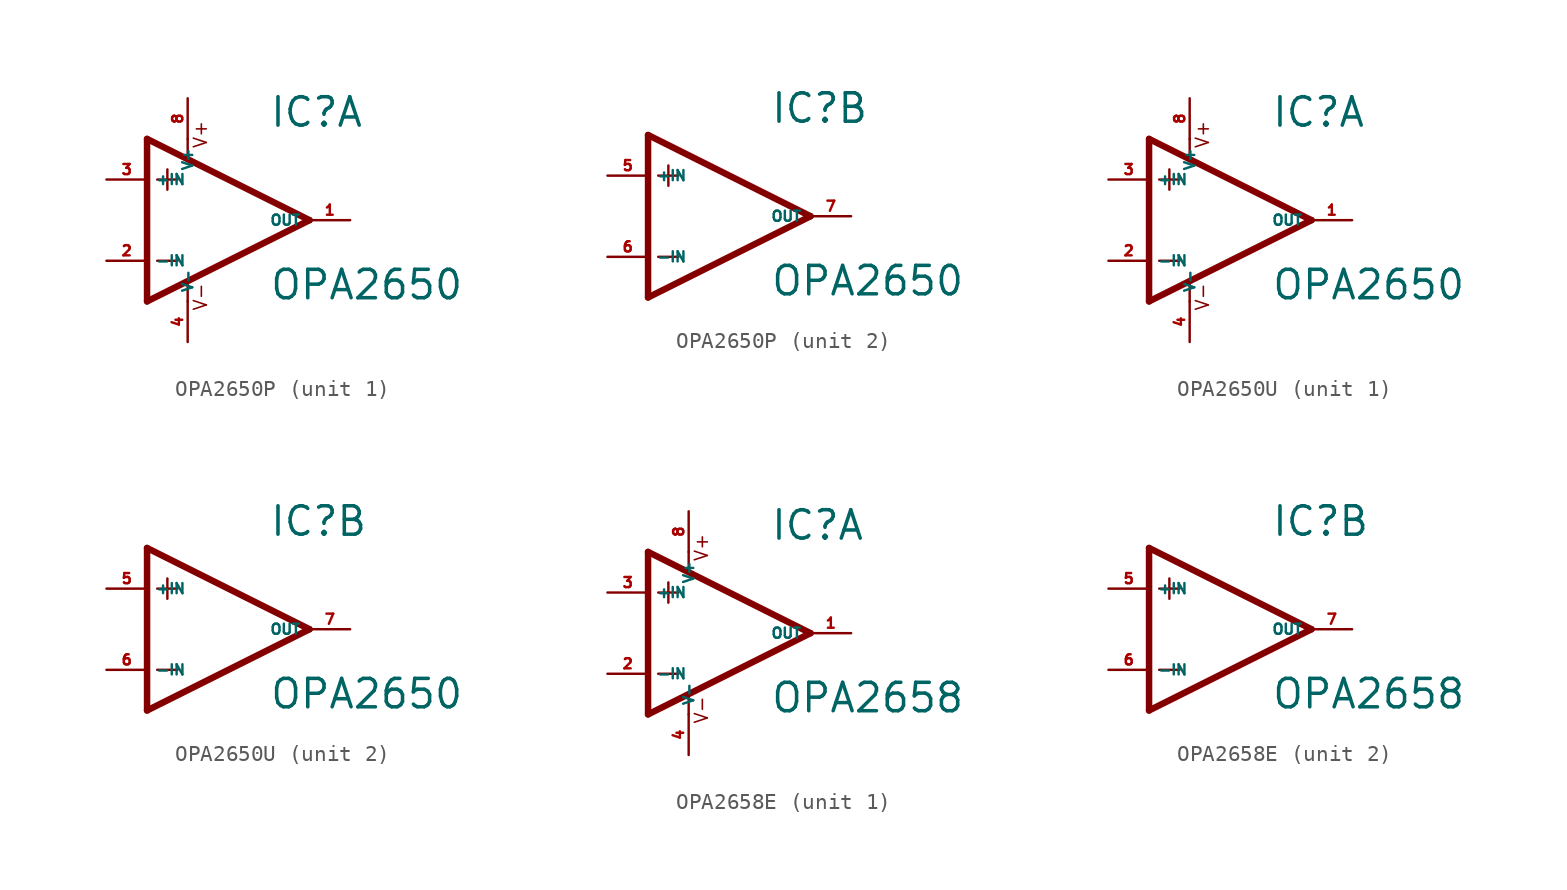
<source format=kicad_sym>
(kicad_symbol_lib
  (version 20220914)
  (generator Eagle2Kicad)
  (symbol "OPA2650P"
    (property "Reference" "IC"
      (at 2.54 5.715 0)
      (effects (font (size 1.778 1.778) (thickness 0.22)) (justify left bottom)))
    (property "Value" "OPA2650"
      (at 2.54 -5.08 0)
      (effects (font (size 1.778 1.778) (thickness 0.22)) (justify left bottom)))
    (symbol "OPA2650P_1_0"
      (polyline (pts (xy -3.81 3.175) (xy -3.81 1.905)) (stroke (width 0.152) (type default)) (fill (type none)))
      (polyline (pts (xy -4.445 2.54) (xy -3.175 2.54)) (stroke (width 0.152) (type default)) (fill (type none)))
      (polyline (pts (xy -4.445 -2.54) (xy -3.175 -2.54)) (stroke (width 0.152) (type default)) (fill (type none)))
      (polyline (pts (xy -2.54 5.08) (xy -2.54 3.886)) (stroke (width 0.152) (type default)) (fill (type none)))
      (polyline (pts (xy -2.54 -3.912) (xy -2.54 -5.08)) (stroke (width 0.152) (type default)) (fill (type none)))
      (polyline (pts (xy 5.08 0) (xy -5.08 5.08)) (stroke (width 0.406) (type default)) (fill (type none)))
      (polyline (pts (xy -5.08 5.08) (xy -5.08 -5.08)) (stroke (width 0.406) (type default)) (fill (type none)))
      (polyline (pts (xy -5.08 -5.08) (xy 5.08 0)) (stroke (width 0.406) (type default)) (fill (type none)))
      (text "V+" (at -1.27 4.445 900) (effects (font (size 0.813 0.813) (thickness 0.10)) (justify left bottom)))
      (text "V-" (at -1.27 -5.715 900) (effects (font (size 0.813 0.813) (thickness 0.10)) (justify left bottom)))
      (pin input line (at -7.62 -2.54 0) (length 2.54) (name "-IN" (effects (font (size 0.635 0.635) (thickness 0.08)) (justify left bottom))) (number "2" (effects (font (size 0.635 0.635) (thickness 0.08)) (justify left bottom))))
      (pin input line (at -7.62 2.54 0) (length 2.54) (name "+IN" (effects (font (size 0.635 0.635) (thickness 0.08)) (justify left bottom))) (number "3" (effects (font (size 0.635 0.635) (thickness 0.08)) (justify left bottom))))
      (pin output line (at 7.62 0 180) (length 2.54) (name "OUT" (effects (font (size 0.635 0.635) (thickness 0.08)) (justify left bottom))) (number "1" (effects (font (size 0.635 0.635) (thickness 0.08)) (justify left bottom))))
      (pin unspecified line (at -2.54 7.62 270) (length 2.54) (name "V+" (effects (font (size 0.635 0.635) (thickness 0.08)) (justify left bottom))) (number "8" (effects (font (size 0.635 0.635) (thickness 0.08)) (justify left bottom))))
      (pin unspecified line (at -2.54 -7.62 90) (length 2.54) (name "V-" (effects (font (size 0.635 0.635) (thickness 0.08)) (justify left bottom))) (number "4" (effects (font (size 0.635 0.635) (thickness 0.08)) (justify left bottom)))))
    (symbol "OPA2650P_2_0"
      (polyline (pts (xy -3.81 3.175) (xy -3.81 1.905)) (stroke (width 0.152) (type default)) (fill (type none)))
      (polyline (pts (xy -4.445 2.54) (xy -3.175 2.54)) (stroke (width 0.152) (type default)) (fill (type none)))
      (polyline (pts (xy -4.445 -2.54) (xy -3.175 -2.54)) (stroke (width 0.152) (type default)) (fill (type none)))
      (polyline (pts (xy 5.08 0) (xy -5.08 5.08)) (stroke (width 0.406) (type default)) (fill (type none)))
      (polyline (pts (xy -5.08 5.08) (xy -5.08 -5.08)) (stroke (width 0.406) (type default)) (fill (type none)))
      (polyline (pts (xy -5.08 -5.08) (xy 5.08 0)) (stroke (width 0.406) (type default)) (fill (type none)))
      (pin input line (at -7.62 -2.54 0) (length 2.54) (name "-IN" (effects (font (size 0.635 0.635) (thickness 0.08)) (justify left bottom))) (number "6" (effects (font (size 0.635 0.635) (thickness 0.08)) (justify left bottom))))
      (pin input line (at -7.62 2.54 0) (length 2.54) (name "+IN" (effects (font (size 0.635 0.635) (thickness 0.08)) (justify left bottom))) (number "5" (effects (font (size 0.635 0.635) (thickness 0.08)) (justify left bottom))))
      (pin output line (at 7.62 0 180) (length 2.54) (name "OUT" (effects (font (size 0.635 0.635) (thickness 0.08)) (justify left bottom))) (number "7" (effects (font (size 0.635 0.635) (thickness 0.08)) (justify left bottom))))))
  (symbol "OPA2650U"
    (property "Reference" "IC"
      (at 2.54 5.715 0)
      (effects (font (size 1.778 1.778) (thickness 0.22)) (justify left bottom)))
    (property "Value" "OPA2650"
      (at 2.54 -5.08 0)
      (effects (font (size 1.778 1.778) (thickness 0.22)) (justify left bottom)))
    (symbol "OPA2650U_1_0"
      (polyline (pts (xy -3.81 3.175) (xy -3.81 1.905)) (stroke (width 0.152) (type default)) (fill (type none)))
      (polyline (pts (xy -4.445 2.54) (xy -3.175 2.54)) (stroke (width 0.152) (type default)) (fill (type none)))
      (polyline (pts (xy -4.445 -2.54) (xy -3.175 -2.54)) (stroke (width 0.152) (type default)) (fill (type none)))
      (polyline (pts (xy -2.54 5.08) (xy -2.54 3.886)) (stroke (width 0.152) (type default)) (fill (type none)))
      (polyline (pts (xy -2.54 -3.912) (xy -2.54 -5.08)) (stroke (width 0.152) (type default)) (fill (type none)))
      (polyline (pts (xy 5.08 0) (xy -5.08 5.08)) (stroke (width 0.406) (type default)) (fill (type none)))
      (polyline (pts (xy -5.08 5.08) (xy -5.08 -5.08)) (stroke (width 0.406) (type default)) (fill (type none)))
      (polyline (pts (xy -5.08 -5.08) (xy 5.08 0)) (stroke (width 0.406) (type default)) (fill (type none)))
      (text "V+" (at -1.27 4.445 900) (effects (font (size 0.813 0.813) (thickness 0.10)) (justify left bottom)))
      (text "V-" (at -1.27 -5.715 900) (effects (font (size 0.813 0.813) (thickness 0.10)) (justify left bottom)))
      (pin input line (at -7.62 -2.54 0) (length 2.54) (name "-IN" (effects (font (size 0.635 0.635) (thickness 0.08)) (justify left bottom))) (number "2" (effects (font (size 0.635 0.635) (thickness 0.08)) (justify left bottom))))
      (pin input line (at -7.62 2.54 0) (length 2.54) (name "+IN" (effects (font (size 0.635 0.635) (thickness 0.08)) (justify left bottom))) (number "3" (effects (font (size 0.635 0.635) (thickness 0.08)) (justify left bottom))))
      (pin output line (at 7.62 0 180) (length 2.54) (name "OUT" (effects (font (size 0.635 0.635) (thickness 0.08)) (justify left bottom))) (number "1" (effects (font (size 0.635 0.635) (thickness 0.08)) (justify left bottom))))
      (pin unspecified line (at -2.54 7.62 270) (length 2.54) (name "V+" (effects (font (size 0.635 0.635) (thickness 0.08)) (justify left bottom))) (number "8" (effects (font (size 0.635 0.635) (thickness 0.08)) (justify left bottom))))
      (pin unspecified line (at -2.54 -7.62 90) (length 2.54) (name "V-" (effects (font (size 0.635 0.635) (thickness 0.08)) (justify left bottom))) (number "4" (effects (font (size 0.635 0.635) (thickness 0.08)) (justify left bottom)))))
    (symbol "OPA2650U_2_0"
      (polyline (pts (xy -3.81 3.175) (xy -3.81 1.905)) (stroke (width 0.152) (type default)) (fill (type none)))
      (polyline (pts (xy -4.445 2.54) (xy -3.175 2.54)) (stroke (width 0.152) (type default)) (fill (type none)))
      (polyline (pts (xy -4.445 -2.54) (xy -3.175 -2.54)) (stroke (width 0.152) (type default)) (fill (type none)))
      (polyline (pts (xy 5.08 0) (xy -5.08 5.08)) (stroke (width 0.406) (type default)) (fill (type none)))
      (polyline (pts (xy -5.08 5.08) (xy -5.08 -5.08)) (stroke (width 0.406) (type default)) (fill (type none)))
      (polyline (pts (xy -5.08 -5.08) (xy 5.08 0)) (stroke (width 0.406) (type default)) (fill (type none)))
      (pin input line (at -7.62 -2.54 0) (length 2.54) (name "-IN" (effects (font (size 0.635 0.635) (thickness 0.08)) (justify left bottom))) (number "6" (effects (font (size 0.635 0.635) (thickness 0.08)) (justify left bottom))))
      (pin input line (at -7.62 2.54 0) (length 2.54) (name "+IN" (effects (font (size 0.635 0.635) (thickness 0.08)) (justify left bottom))) (number "5" (effects (font (size 0.635 0.635) (thickness 0.08)) (justify left bottom))))
      (pin output line (at 7.62 0 180) (length 2.54) (name "OUT" (effects (font (size 0.635 0.635) (thickness 0.08)) (justify left bottom))) (number "7" (effects (font (size 0.635 0.635) (thickness 0.08)) (justify left bottom))))))
  (symbol "OPA2658E"
    (property "Reference" "IC"
      (at 2.54 5.715 0)
      (effects (font (size 1.778 1.778) (thickness 0.22)) (justify left bottom)))
    (property "Value" "OPA2658"
      (at 2.54 -5.08 0)
      (effects (font (size 1.778 1.778) (thickness 0.22)) (justify left bottom)))
    (symbol "OPA2658E_1_0"
      (polyline (pts (xy -3.81 3.175) (xy -3.81 1.905)) (stroke (width 0.152) (type default)) (fill (type none)))
      (polyline (pts (xy -4.445 2.54) (xy -3.175 2.54)) (stroke (width 0.152) (type default)) (fill (type none)))
      (polyline (pts (xy -4.445 -2.54) (xy -3.175 -2.54)) (stroke (width 0.152) (type default)) (fill (type none)))
      (polyline (pts (xy -2.54 5.08) (xy -2.54 3.886)) (stroke (width 0.152) (type default)) (fill (type none)))
      (polyline (pts (xy -2.54 -3.912) (xy -2.54 -5.08)) (stroke (width 0.152) (type default)) (fill (type none)))
      (polyline (pts (xy 5.08 0) (xy -5.08 5.08)) (stroke (width 0.406) (type default)) (fill (type none)))
      (polyline (pts (xy -5.08 5.08) (xy -5.08 -5.08)) (stroke (width 0.406) (type default)) (fill (type none)))
      (polyline (pts (xy -5.08 -5.08) (xy 5.08 0)) (stroke (width 0.406) (type default)) (fill (type none)))
      (text "V+" (at -1.27 4.445 900) (effects (font (size 0.813 0.813) (thickness 0.10)) (justify left bottom)))
      (text "V-" (at -1.27 -5.715 900) (effects (font (size 0.813 0.813) (thickness 0.10)) (justify left bottom)))
      (pin input line (at -7.62 -2.54 0) (length 2.54) (name "-IN" (effects (font (size 0.635 0.635) (thickness 0.08)) (justify left bottom))) (number "2" (effects (font (size 0.635 0.635) (thickness 0.08)) (justify left bottom))))
      (pin input line (at -7.62 2.54 0) (length 2.54) (name "+IN" (effects (font (size 0.635 0.635) (thickness 0.08)) (justify left bottom))) (number "3" (effects (font (size 0.635 0.635) (thickness 0.08)) (justify left bottom))))
      (pin output line (at 7.62 0 180) (length 2.54) (name "OUT" (effects (font (size 0.635 0.635) (thickness 0.08)) (justify left bottom))) (number "1" (effects (font (size 0.635 0.635) (thickness 0.08)) (justify left bottom))))
      (pin unspecified line (at -2.54 7.62 270) (length 2.54) (name "V+" (effects (font (size 0.635 0.635) (thickness 0.08)) (justify left bottom))) (number "8" (effects (font (size 0.635 0.635) (thickness 0.08)) (justify left bottom))))
      (pin unspecified line (at -2.54 -7.62 90) (length 2.54) (name "V-" (effects (font (size 0.635 0.635) (thickness 0.08)) (justify left bottom))) (number "4" (effects (font (size 0.635 0.635) (thickness 0.08)) (justify left bottom)))))
    (symbol "OPA2658E_2_0"
      (polyline (pts (xy -3.81 3.175) (xy -3.81 1.905)) (stroke (width 0.152) (type default)) (fill (type none)))
      (polyline (pts (xy -4.445 2.54) (xy -3.175 2.54)) (stroke (width 0.152) (type default)) (fill (type none)))
      (polyline (pts (xy -4.445 -2.54) (xy -3.175 -2.54)) (stroke (width 0.152) (type default)) (fill (type none)))
      (polyline (pts (xy 5.08 0) (xy -5.08 5.08)) (stroke (width 0.406) (type default)) (fill (type none)))
      (polyline (pts (xy -5.08 5.08) (xy -5.08 -5.08)) (stroke (width 0.406) (type default)) (fill (type none)))
      (polyline (pts (xy -5.08 -5.08) (xy 5.08 0)) (stroke (width 0.406) (type default)) (fill (type none)))
      (pin input line (at -7.62 -2.54 0) (length 2.54) (name "-IN" (effects (font (size 0.635 0.635) (thickness 0.08)) (justify left bottom))) (number "6" (effects (font (size 0.635 0.635) (thickness 0.08)) (justify left bottom))))
      (pin input line (at -7.62 2.54 0) (length 2.54) (name "+IN" (effects (font (size 0.635 0.635) (thickness 0.08)) (justify left bottom))) (number "5" (effects (font (size 0.635 0.635) (thickness 0.08)) (justify left bottom))))
      (pin output line (at 7.62 0 180) (length 2.54) (name "OUT" (effects (font (size 0.635 0.635) (thickness 0.08)) (justify left bottom))) (number "7" (effects (font (size 0.635 0.635) (thickness 0.08)) (justify left bottom)))))))
</source>
